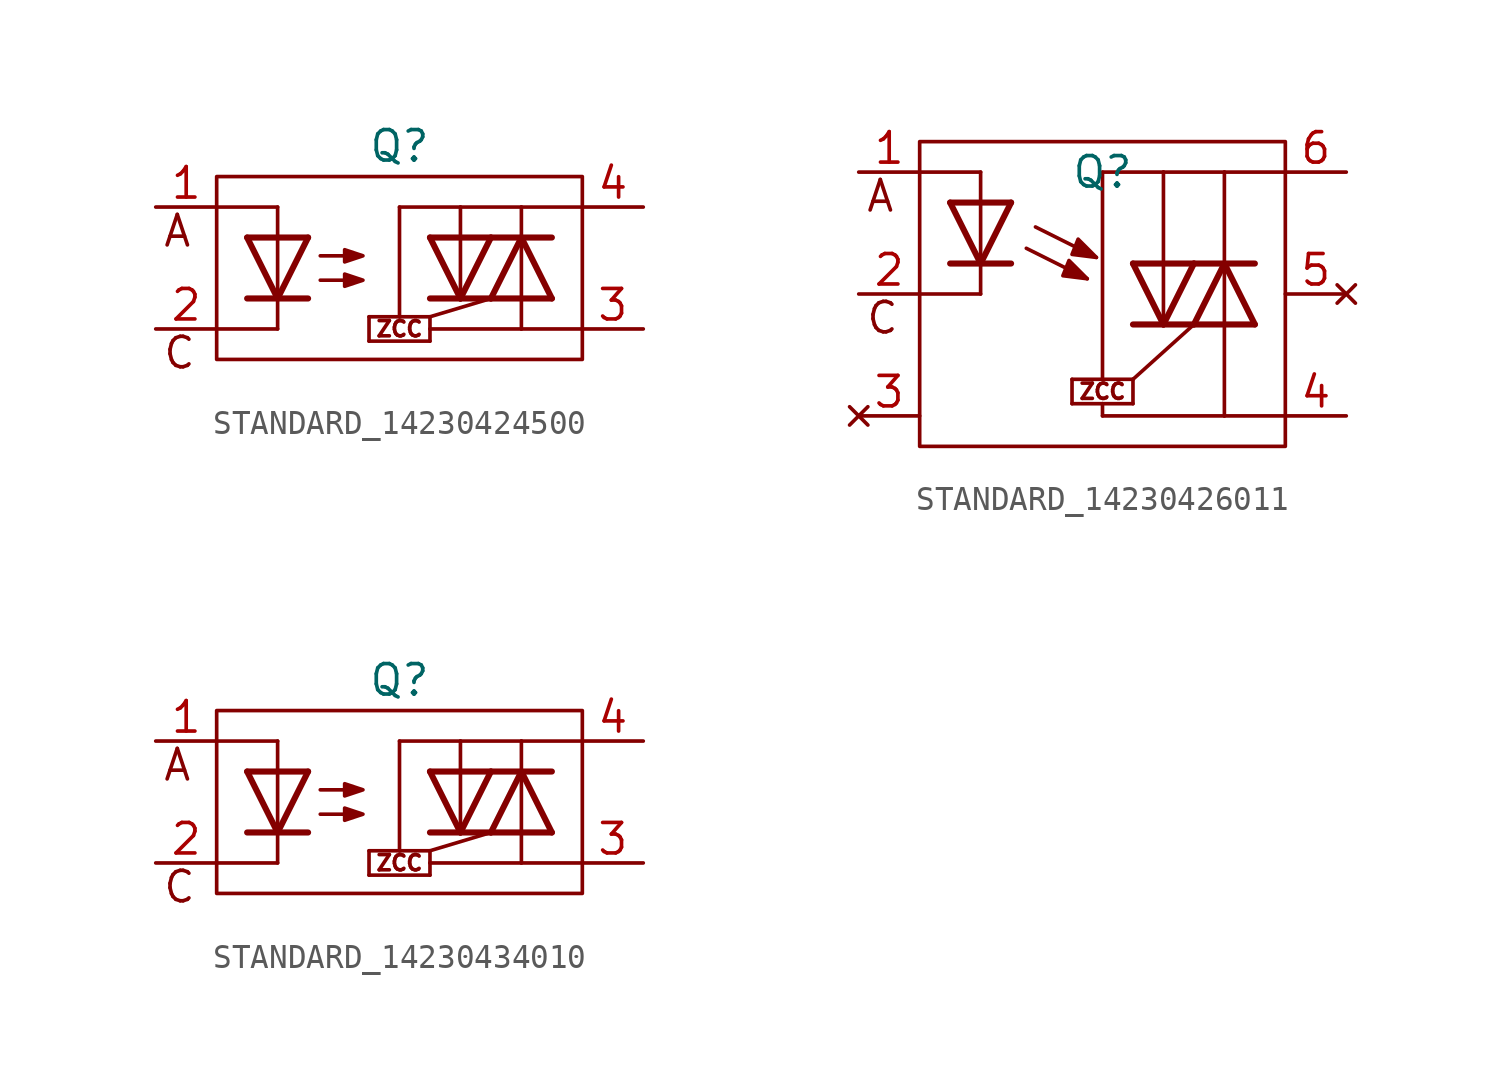
<source format=kicad_sym>
(kicad_symbol_lib
  (version 20220914)
  (generator kicad_symbol_editor)
  (symbol "STANDARD_14230424500"
    (pin_names hide)
    (property "Reference" "Q"
      (at 0 5.08 0)
      (effects (font (size 1.27 1.27))))
    (symbol "STANDARD_14230424500_0_0"
      (polyline (pts (xy -5.08 -2.54) (xy -7.62 -2.54)) (stroke (width 0.152) (type default)) (fill (type none)))
      (polyline (pts (xy -5.08 -1.27) (xy -6.35 -1.27)) (stroke (width 0.254) (type default)) (fill (type none)))
      (polyline (pts (xy -5.08 -1.27) (xy -6.35 1.27)) (stroke (width 0.254) (type default)) (fill (type none)))
      (polyline (pts (xy -5.08 -1.27) (xy -5.08 -2.54)) (stroke (width 0.152) (type default)) (fill (type none)))
      (polyline (pts (xy -5.08 1.27) (xy -6.35 1.27)) (stroke (width 0.254) (type default)) (fill (type none)))
      (polyline (pts (xy -5.08 1.27) (xy -5.08 -1.27)) (stroke (width 0.152) (type default)) (fill (type none)))
      (polyline (pts (xy -5.08 1.27) (xy -5.08 2.54)) (stroke (width 0.152) (type default)) (fill (type none)))
      (polyline (pts (xy -3.81 -1.27) (xy -5.08 -1.27)) (stroke (width 0.254) (type default)) (fill (type none)))
      (polyline (pts (xy -3.81 1.27) (xy -5.08 -1.27)) (stroke (width 0.254) (type default)) (fill (type none)))
      (polyline (pts (xy -3.81 1.27) (xy -5.08 1.27)) (stroke (width 0.254) (type default)) (fill (type none)))
      (polyline (pts (xy -3.302 -0.508) (xy -2.032 -0.508)) (stroke (width 0.152) (type default)) (fill (type none)))
      (polyline (pts (xy -3.302 0.508) (xy -2.032 0.508)) (stroke (width 0.152) (type default)) (fill (type none)))
      (polyline (pts (xy -1.27 -3.048) (xy -1.27 -2.032)) (stroke (width 0.152) (type default)) (fill (type none)))
      (polyline (pts (xy -1.27 -2.032) (xy 0 -2.032)) (stroke (width 0.152) (type default)) (fill (type none)))
      (polyline (pts (xy 0 -2.032) (xy 1.27 -2.032)) (stroke (width 0.152) (type default)) (fill (type none)))
      (polyline (pts (xy 0 2.54) (xy 0 -2.032)) (stroke (width 0.152) (type default)) (fill (type none)))
      (polyline (pts (xy 1.27 -3.048) (xy -1.27 -3.048)) (stroke (width 0.152) (type default)) (fill (type none)))
      (polyline (pts (xy 1.27 -2.54) (xy 1.27 -3.048)) (stroke (width 0.152) (type default)) (fill (type none)))
      (polyline (pts (xy 1.27 -2.54) (xy 5.08 -2.54)) (stroke (width 0.152) (type default)) (fill (type none)))
      (polyline (pts (xy 1.27 -2.032) (xy 1.27 -2.54)) (stroke (width 0.152) (type default)) (fill (type none)))
      (polyline (pts (xy 2.54 -1.27) (xy 1.27 -1.27)) (stroke (width 0.254) (type default)) (fill (type none)))
      (polyline (pts (xy 2.54 -1.27) (xy 1.27 1.27)) (stroke (width 0.254) (type default)) (fill (type none)))
      (polyline (pts (xy 2.54 1.27) (xy 1.27 1.27)) (stroke (width 0.254) (type default)) (fill (type none)))
      (polyline (pts (xy 2.54 1.27) (xy 2.54 -1.27)) (stroke (width 0.152) (type default)) (fill (type none)))
      (polyline (pts (xy 2.54 1.27) (xy 2.54 2.54)) (stroke (width 0.152) (type default)) (fill (type none)))
      (polyline (pts (xy 2.54 2.54) (xy 0 2.54)) (stroke (width 0.152) (type default)) (fill (type none)))
      (polyline (pts (xy 3.81 -1.27) (xy 1.27 -2.032)) (stroke (width 0.152) (type default)) (fill (type none)))
      (polyline (pts (xy 3.81 -1.27) (xy 2.54 -1.27)) (stroke (width 0.254) (type default)) (fill (type none)))
      (polyline (pts (xy 3.81 -1.27) (xy 5.08 -1.27)) (stroke (width 0.254) (type default)) (fill (type none)))
      (polyline (pts (xy 3.81 -1.27) (xy 5.08 1.27)) (stroke (width 0.254) (type default)) (fill (type none)))
      (polyline (pts (xy 3.81 1.27) (xy 2.54 -1.27)) (stroke (width 0.254) (type default)) (fill (type none)))
      (polyline (pts (xy 3.81 1.27) (xy 2.54 1.27)) (stroke (width 0.254) (type default)) (fill (type none)))
      (polyline (pts (xy 3.81 1.27) (xy 5.08 1.27)) (stroke (width 0.254) (type default)) (fill (type none)))
      (polyline (pts (xy 5.08 -1.27) (xy 5.08 -2.54)) (stroke (width 0.152) (type default)) (fill (type none)))
      (polyline (pts (xy 5.08 -1.27) (xy 5.08 1.27)) (stroke (width 0.152) (type default)) (fill (type none)))
      (polyline (pts (xy 5.08 -1.27) (xy 6.35 -1.27)) (stroke (width 0.254) (type default)) (fill (type none)))
      (polyline (pts (xy 5.08 1.27) (xy 5.08 2.54)) (stroke (width 0.152) (type default)) (fill (type none)))
      (polyline (pts (xy 5.08 1.27) (xy 6.35 -1.27)) (stroke (width 0.254) (type default)) (fill (type none)))
      (polyline (pts (xy 5.08 1.27) (xy 6.35 1.27)) (stroke (width 0.254) (type default)) (fill (type none)))
      (polyline (pts (xy 5.08 2.54) (xy 2.54 2.54)) (stroke (width 0.152) (type default)) (fill (type none)))
      (polyline (pts (xy 7.62 -2.54) (xy 5.08 -2.54)) (stroke (width 0.152) (type default)) (fill (type none)))
      (polyline (pts (xy 7.62 2.54) (xy 5.08 2.54)) (stroke (width 0.152) (type default)) (fill (type none)))
      (polyline (pts (xy -2.286 -0.254) (xy -1.524 -0.508) (xy -2.286 -0.762) (xy -2.286 -0.254)) (stroke (width 0.152) (type default)) (fill (type outline)))
      (polyline (pts (xy -2.286 0.762) (xy -1.524 0.508) (xy -2.286 0.254) (xy -2.286 0.762)) (stroke (width 0.152) (type default)) (fill (type outline)))
      (text "A" (at -9.906 2.286 0) (effects (font (size 1.27 1.27)) (justify left top)))
      (text "C" (at -9.906 -2.794 0) (effects (font (size 1.27 1.27)) (justify left top))))
    (symbol "STANDARD_14230424500_0_1"
      (rectangle (start -7.62 3.81) (end 7.62 -3.81) (stroke (width 0) (type default)) (fill (type none))))
    (symbol "STANDARD_14230424500_1_0"
      (polyline (pts (xy -5.08 2.54) (xy -7.62 2.54)) (stroke (width 0.152) (type default)) (fill (type none)))
      (text "ZCC" (at 0 -2.54 0) (effects (font (size 0.635 0.635))))
      (pin passive line (at -10.16 2.54 0) (length 2.54) (name "Anode" (effects (font (size 1.27 1.27)))) (number "1" (effects (font (size 1.27 1.27)))))
      (pin passive line (at -10.16 -2.54 0) (length 2.54) (name "Cathode" (effects (font (size 1.27 1.27)))) (number "2" (effects (font (size 1.27 1.27)))))
      (pin passive line (at 10.16 -2.54 180) (length 2.54) (name "Teminal" (effects (font (size 1.27 1.27)))) (number "3" (effects (font (size 1.27 1.27)))))
      (pin passive line (at 10.16 2.54 180) (length 2.54) (name "Teminal" (effects (font (size 1.27 1.27)))) (number "4" (effects (font (size 1.27 1.27)))))))
  (symbol "STANDARD_14230426011"
    (pin_names hide)
    (property "Reference" "Q"
      (at 0 5.08 0)
      (effects (font (size 1.27 1.27))))
    (symbol "STANDARD_14230426011_0_0"
      (rectangle (start -7.62 6.35) (end 7.62 -6.35) (stroke (width 0) (type default)) (fill (type none)))
      (polyline (pts (xy -5.08 0) (xy -7.62 0)) (stroke (width 0.152) (type default)) (fill (type none)))
      (polyline (pts (xy -5.08 1.27) (xy -6.35 1.27)) (stroke (width 0.254) (type default)) (fill (type none)))
      (polyline (pts (xy -5.08 1.27) (xy -6.35 3.81)) (stroke (width 0.254) (type default)) (fill (type none)))
      (polyline (pts (xy -5.08 1.27) (xy -5.08 0)) (stroke (width 0.152) (type default)) (fill (type none)))
      (polyline (pts (xy -5.08 3.81) (xy -6.35 3.81)) (stroke (width 0.254) (type default)) (fill (type none)))
      (polyline (pts (xy -5.08 3.81) (xy -5.08 1.27)) (stroke (width 0.152) (type default)) (fill (type none)))
      (polyline (pts (xy -5.08 3.81) (xy -5.08 5.08)) (stroke (width 0.152) (type default)) (fill (type none)))
      (polyline (pts (xy -5.08 5.08) (xy -7.62 5.08)) (stroke (width 0.152) (type default)) (fill (type none)))
      (polyline (pts (xy -3.81 1.27) (xy -5.08 1.27)) (stroke (width 0.254) (type default)) (fill (type none)))
      (polyline (pts (xy -3.81 3.81) (xy -5.08 1.27)) (stroke (width 0.254) (type default)) (fill (type none)))
      (polyline (pts (xy -3.81 3.81) (xy -5.08 3.81)) (stroke (width 0.254) (type default)) (fill (type none)))
      (polyline (pts (xy -3.175 1.905) (xy -0.635 0.635)) (stroke (width 0.152) (type default)) (fill (type none)))
      (polyline (pts (xy -2.794 2.794) (xy -0.254 1.524)) (stroke (width 0.152) (type default)) (fill (type none)))
      (polyline (pts (xy -1.27 -4.572) (xy -1.27 -3.556)) (stroke (width 0.152) (type default)) (fill (type none)))
      (polyline (pts (xy -1.27 -3.556) (xy 0 -3.556)) (stroke (width 0.152) (type default)) (fill (type none)))
      (polyline (pts (xy 0 -5.08) (xy 5.08 -5.08)) (stroke (width 0.152) (type default)) (fill (type none)))
      (polyline (pts (xy 0 -4.572) (xy -1.27 -4.572)) (stroke (width 0.152) (type default)) (fill (type none)))
      (polyline (pts (xy 0 -4.572) (xy 0 -5.08)) (stroke (width 0.152) (type default)) (fill (type none)))
      (polyline (pts (xy 0 -3.556) (xy 1.27 -3.556)) (stroke (width 0.152) (type default)) (fill (type none)))
      (polyline (pts (xy 0 5.08) (xy 0 -3.556)) (stroke (width 0.152) (type default)) (fill (type none)))
      (polyline (pts (xy 1.27 -4.572) (xy 0 -4.572)) (stroke (width 0.152) (type default)) (fill (type none)))
      (polyline (pts (xy 1.27 -3.556) (xy 1.27 -4.572)) (stroke (width 0.152) (type default)) (fill (type none)))
      (polyline (pts (xy 1.27 -3.556) (xy 3.81 -1.27)) (stroke (width 0.152) (type default)) (fill (type none)))
      (polyline (pts (xy 2.54 -1.27) (xy 1.27 -1.27)) (stroke (width 0.254) (type default)) (fill (type none)))
      (polyline (pts (xy 2.54 -1.27) (xy 1.27 1.27)) (stroke (width 0.254) (type default)) (fill (type none)))
      (polyline (pts (xy 2.54 1.27) (xy 1.27 1.27)) (stroke (width 0.254) (type default)) (fill (type none)))
      (polyline (pts (xy 2.54 1.27) (xy 2.54 -1.27)) (stroke (width 0.152) (type default)) (fill (type none)))
      (polyline (pts (xy 2.54 1.27) (xy 2.54 5.08)) (stroke (width 0.152) (type default)) (fill (type none)))
      (polyline (pts (xy 2.54 5.08) (xy 0 5.08)) (stroke (width 0.152) (type default)) (fill (type none)))
      (polyline (pts (xy 3.81 -1.27) (xy 2.54 -1.27)) (stroke (width 0.254) (type default)) (fill (type none)))
      (polyline (pts (xy 3.81 -1.27) (xy 5.08 -1.27)) (stroke (width 0.254) (type default)) (fill (type none)))
      (polyline (pts (xy 3.81 -1.27) (xy 5.08 1.27)) (stroke (width 0.254) (type default)) (fill (type none)))
      (polyline (pts (xy 3.81 1.27) (xy 2.54 -1.27)) (stroke (width 0.254) (type default)) (fill (type none)))
      (polyline (pts (xy 3.81 1.27) (xy 2.54 1.27)) (stroke (width 0.254) (type default)) (fill (type none)))
      (polyline (pts (xy 3.81 1.27) (xy 5.08 1.27)) (stroke (width 0.254) (type default)) (fill (type none)))
      (polyline (pts (xy 5.08 -1.27) (xy 5.08 -5.08)) (stroke (width 0.152) (type default)) (fill (type none)))
      (polyline (pts (xy 5.08 -1.27) (xy 5.08 1.27)) (stroke (width 0.152) (type default)) (fill (type none)))
      (polyline (pts (xy 5.08 -1.27) (xy 6.35 -1.27)) (stroke (width 0.254) (type default)) (fill (type none)))
      (polyline (pts (xy 5.08 1.27) (xy 5.08 5.08)) (stroke (width 0.152) (type default)) (fill (type none)))
      (polyline (pts (xy 5.08 1.27) (xy 6.35 -1.27)) (stroke (width 0.254) (type default)) (fill (type none)))
      (polyline (pts (xy 5.08 1.27) (xy 6.35 1.27)) (stroke (width 0.254) (type default)) (fill (type none)))
      (polyline (pts (xy 5.08 5.08) (xy 2.54 5.08)) (stroke (width 0.152) (type default)) (fill (type none)))
      (polyline (pts (xy 7.62 -5.08) (xy 5.08 -5.08)) (stroke (width 0.152) (type default)) (fill (type none)))
      (polyline (pts (xy 7.62 5.08) (xy 5.08 5.08)) (stroke (width 0.152) (type default)) (fill (type none)))
      (polyline (pts (xy -1.397 1.397) (xy -0.635 0.635) (xy -1.651 0.762) (xy -1.397 1.397)) (stroke (width 0.152) (type default)) (fill (type outline)))
      (polyline (pts (xy -1.016 2.286) (xy -0.254 1.524) (xy -1.27 1.651) (xy -1.016 2.286)) (stroke (width 0.152) (type default)) (fill (type outline)))
      (text "A" (at -9.906 4.826 0) (effects (font (size 1.27 1.27)) (justify left top)))
      (text "C" (at -9.906 -0.254 0) (effects (font (size 1.27 1.27)) (justify left top))))
    (symbol "STANDARD_14230426011_1_0"
      (text "ZCC" (at 0 -4.064 0) (effects (font (size 0.635 0.635))))
      (pin passive line (at -10.16 5.08 0) (length 2.54) (name "Anode" (effects (font (size 1.27 1.27)))) (number "1" (effects (font (size 1.27 1.27)))))
      (pin passive line (at -10.16 0 0) (length 2.54) (name "Cathode" (effects (font (size 1.27 1.27)))) (number "2" (effects (font (size 1.27 1.27)))))
      (pin no_connect line (at -10.16 -5.08 0) (length 2.54) (name "NC" (effects (font (size 1.27 1.27)))) (number "3" (effects (font (size 1.27 1.27)))))
      (pin passive line (at 10.16 -5.08 180) (length 2.54) (name "Teminal" (effects (font (size 1.27 1.27)))) (number "4" (effects (font (size 1.27 1.27)))))
      (pin no_connect line (at 10.16 0 180) (length 2.54) (name "NC" (effects (font (size 1.27 1.27)))) (number "5" (effects (font (size 1.27 1.27)))))
      (pin passive line (at 10.16 5.08 180) (length 2.54) (name "Teminal" (effects (font (size 1.27 1.27)))) (number "6" (effects (font (size 1.27 1.27)))))))
  (symbol "STANDARD_14230434010"
    (pin_names hide)
    (property "Reference" "Q"
      (at 0 5.08 0)
      (effects (font (size 1.27 1.27))))
    (symbol "STANDARD_14230434010_0_0"
      (polyline (pts (xy -5.08 -2.54) (xy -7.62 -2.54)) (stroke (width 0.152) (type default)) (fill (type none)))
      (polyline (pts (xy -5.08 -1.27) (xy -6.35 -1.27)) (stroke (width 0.254) (type default)) (fill (type none)))
      (polyline (pts (xy -5.08 -1.27) (xy -6.35 1.27)) (stroke (width 0.254) (type default)) (fill (type none)))
      (polyline (pts (xy -5.08 -1.27) (xy -5.08 -2.54)) (stroke (width 0.152) (type default)) (fill (type none)))
      (polyline (pts (xy -5.08 1.27) (xy -6.35 1.27)) (stroke (width 0.254) (type default)) (fill (type none)))
      (polyline (pts (xy -5.08 1.27) (xy -5.08 -1.27)) (stroke (width 0.152) (type default)) (fill (type none)))
      (polyline (pts (xy -5.08 1.27) (xy -5.08 2.54)) (stroke (width 0.152) (type default)) (fill (type none)))
      (polyline (pts (xy -3.81 -1.27) (xy -5.08 -1.27)) (stroke (width 0.254) (type default)) (fill (type none)))
      (polyline (pts (xy -3.81 1.27) (xy -5.08 -1.27)) (stroke (width 0.254) (type default)) (fill (type none)))
      (polyline (pts (xy -3.81 1.27) (xy -5.08 1.27)) (stroke (width 0.254) (type default)) (fill (type none)))
      (polyline (pts (xy -3.302 -0.508) (xy -2.032 -0.508)) (stroke (width 0.152) (type default)) (fill (type none)))
      (polyline (pts (xy -3.302 0.508) (xy -2.032 0.508)) (stroke (width 0.152) (type default)) (fill (type none)))
      (polyline (pts (xy -1.27 -3.048) (xy -1.27 -2.032)) (stroke (width 0.152) (type default)) (fill (type none)))
      (polyline (pts (xy -1.27 -2.032) (xy 0 -2.032)) (stroke (width 0.152) (type default)) (fill (type none)))
      (polyline (pts (xy 0 -2.032) (xy 1.27 -2.032)) (stroke (width 0.152) (type default)) (fill (type none)))
      (polyline (pts (xy 0 2.54) (xy 0 -2.032)) (stroke (width 0.152) (type default)) (fill (type none)))
      (polyline (pts (xy 1.27 -3.048) (xy -1.27 -3.048)) (stroke (width 0.152) (type default)) (fill (type none)))
      (polyline (pts (xy 1.27 -2.54) (xy 1.27 -3.048)) (stroke (width 0.152) (type default)) (fill (type none)))
      (polyline (pts (xy 1.27 -2.54) (xy 5.08 -2.54)) (stroke (width 0.152) (type default)) (fill (type none)))
      (polyline (pts (xy 1.27 -2.032) (xy 1.27 -2.54)) (stroke (width 0.152) (type default)) (fill (type none)))
      (polyline (pts (xy 2.54 -1.27) (xy 1.27 -1.27)) (stroke (width 0.254) (type default)) (fill (type none)))
      (polyline (pts (xy 2.54 -1.27) (xy 1.27 1.27)) (stroke (width 0.254) (type default)) (fill (type none)))
      (polyline (pts (xy 2.54 1.27) (xy 1.27 1.27)) (stroke (width 0.254) (type default)) (fill (type none)))
      (polyline (pts (xy 2.54 1.27) (xy 2.54 -1.27)) (stroke (width 0.152) (type default)) (fill (type none)))
      (polyline (pts (xy 2.54 1.27) (xy 2.54 2.54)) (stroke (width 0.152) (type default)) (fill (type none)))
      (polyline (pts (xy 2.54 2.54) (xy 0 2.54)) (stroke (width 0.152) (type default)) (fill (type none)))
      (polyline (pts (xy 3.81 -1.27) (xy 1.27 -2.032)) (stroke (width 0.152) (type default)) (fill (type none)))
      (polyline (pts (xy 3.81 -1.27) (xy 2.54 -1.27)) (stroke (width 0.254) (type default)) (fill (type none)))
      (polyline (pts (xy 3.81 -1.27) (xy 5.08 -1.27)) (stroke (width 0.254) (type default)) (fill (type none)))
      (polyline (pts (xy 3.81 -1.27) (xy 5.08 1.27)) (stroke (width 0.254) (type default)) (fill (type none)))
      (polyline (pts (xy 3.81 1.27) (xy 2.54 -1.27)) (stroke (width 0.254) (type default)) (fill (type none)))
      (polyline (pts (xy 3.81 1.27) (xy 2.54 1.27)) (stroke (width 0.254) (type default)) (fill (type none)))
      (polyline (pts (xy 3.81 1.27) (xy 5.08 1.27)) (stroke (width 0.254) (type default)) (fill (type none)))
      (polyline (pts (xy 5.08 -1.27) (xy 5.08 -2.54)) (stroke (width 0.152) (type default)) (fill (type none)))
      (polyline (pts (xy 5.08 -1.27) (xy 5.08 1.27)) (stroke (width 0.152) (type default)) (fill (type none)))
      (polyline (pts (xy 5.08 -1.27) (xy 6.35 -1.27)) (stroke (width 0.254) (type default)) (fill (type none)))
      (polyline (pts (xy 5.08 1.27) (xy 5.08 2.54)) (stroke (width 0.152) (type default)) (fill (type none)))
      (polyline (pts (xy 5.08 1.27) (xy 6.35 -1.27)) (stroke (width 0.254) (type default)) (fill (type none)))
      (polyline (pts (xy 5.08 1.27) (xy 6.35 1.27)) (stroke (width 0.254) (type default)) (fill (type none)))
      (polyline (pts (xy 5.08 2.54) (xy 2.54 2.54)) (stroke (width 0.152) (type default)) (fill (type none)))
      (polyline (pts (xy 7.62 -2.54) (xy 5.08 -2.54)) (stroke (width 0.152) (type default)) (fill (type none)))
      (polyline (pts (xy 7.62 2.54) (xy 5.08 2.54)) (stroke (width 0.152) (type default)) (fill (type none)))
      (polyline (pts (xy -2.286 -0.254) (xy -1.524 -0.508) (xy -2.286 -0.762) (xy -2.286 -0.254)) (stroke (width 0.152) (type default)) (fill (type outline)))
      (polyline (pts (xy -2.286 0.762) (xy -1.524 0.508) (xy -2.286 0.254) (xy -2.286 0.762)) (stroke (width 0.152) (type default)) (fill (type outline)))
      (text "A" (at -9.906 2.286 0) (effects (font (size 1.27 1.27)) (justify left top)))
      (text "C" (at -9.906 -2.794 0) (effects (font (size 1.27 1.27)) (justify left top))))
    (symbol "STANDARD_14230434010_0_1"
      (rectangle (start -7.62 3.81) (end 7.62 -3.81) (stroke (width 0) (type default)) (fill (type none))))
    (symbol "STANDARD_14230434010_1_0"
      (polyline (pts (xy -5.08 2.54) (xy -7.62 2.54)) (stroke (width 0.152) (type default)) (fill (type none)))
      (text "ZCC" (at 0 -2.54 0) (effects (font (size 0.635 0.635))))
      (pin passive line (at -10.16 2.54 0) (length 2.54) (name "Anode" (effects (font (size 1.27 1.27)))) (number "1" (effects (font (size 1.27 1.27)))))
      (pin passive line (at -10.16 -2.54 0) (length 2.54) (name "Cathode" (effects (font (size 1.27 1.27)))) (number "2" (effects (font (size 1.27 1.27)))))
      (pin passive line (at 10.16 -2.54 180) (length 2.54) (name "Teminal" (effects (font (size 1.27 1.27)))) (number "3" (effects (font (size 1.27 1.27)))))
      (pin passive line (at 10.16 2.54 180) (length 2.54) (name "Teminal" (effects (font (size 1.27 1.27)))) (number "4" (effects (font (size 1.27 1.27))))))))
</source>
